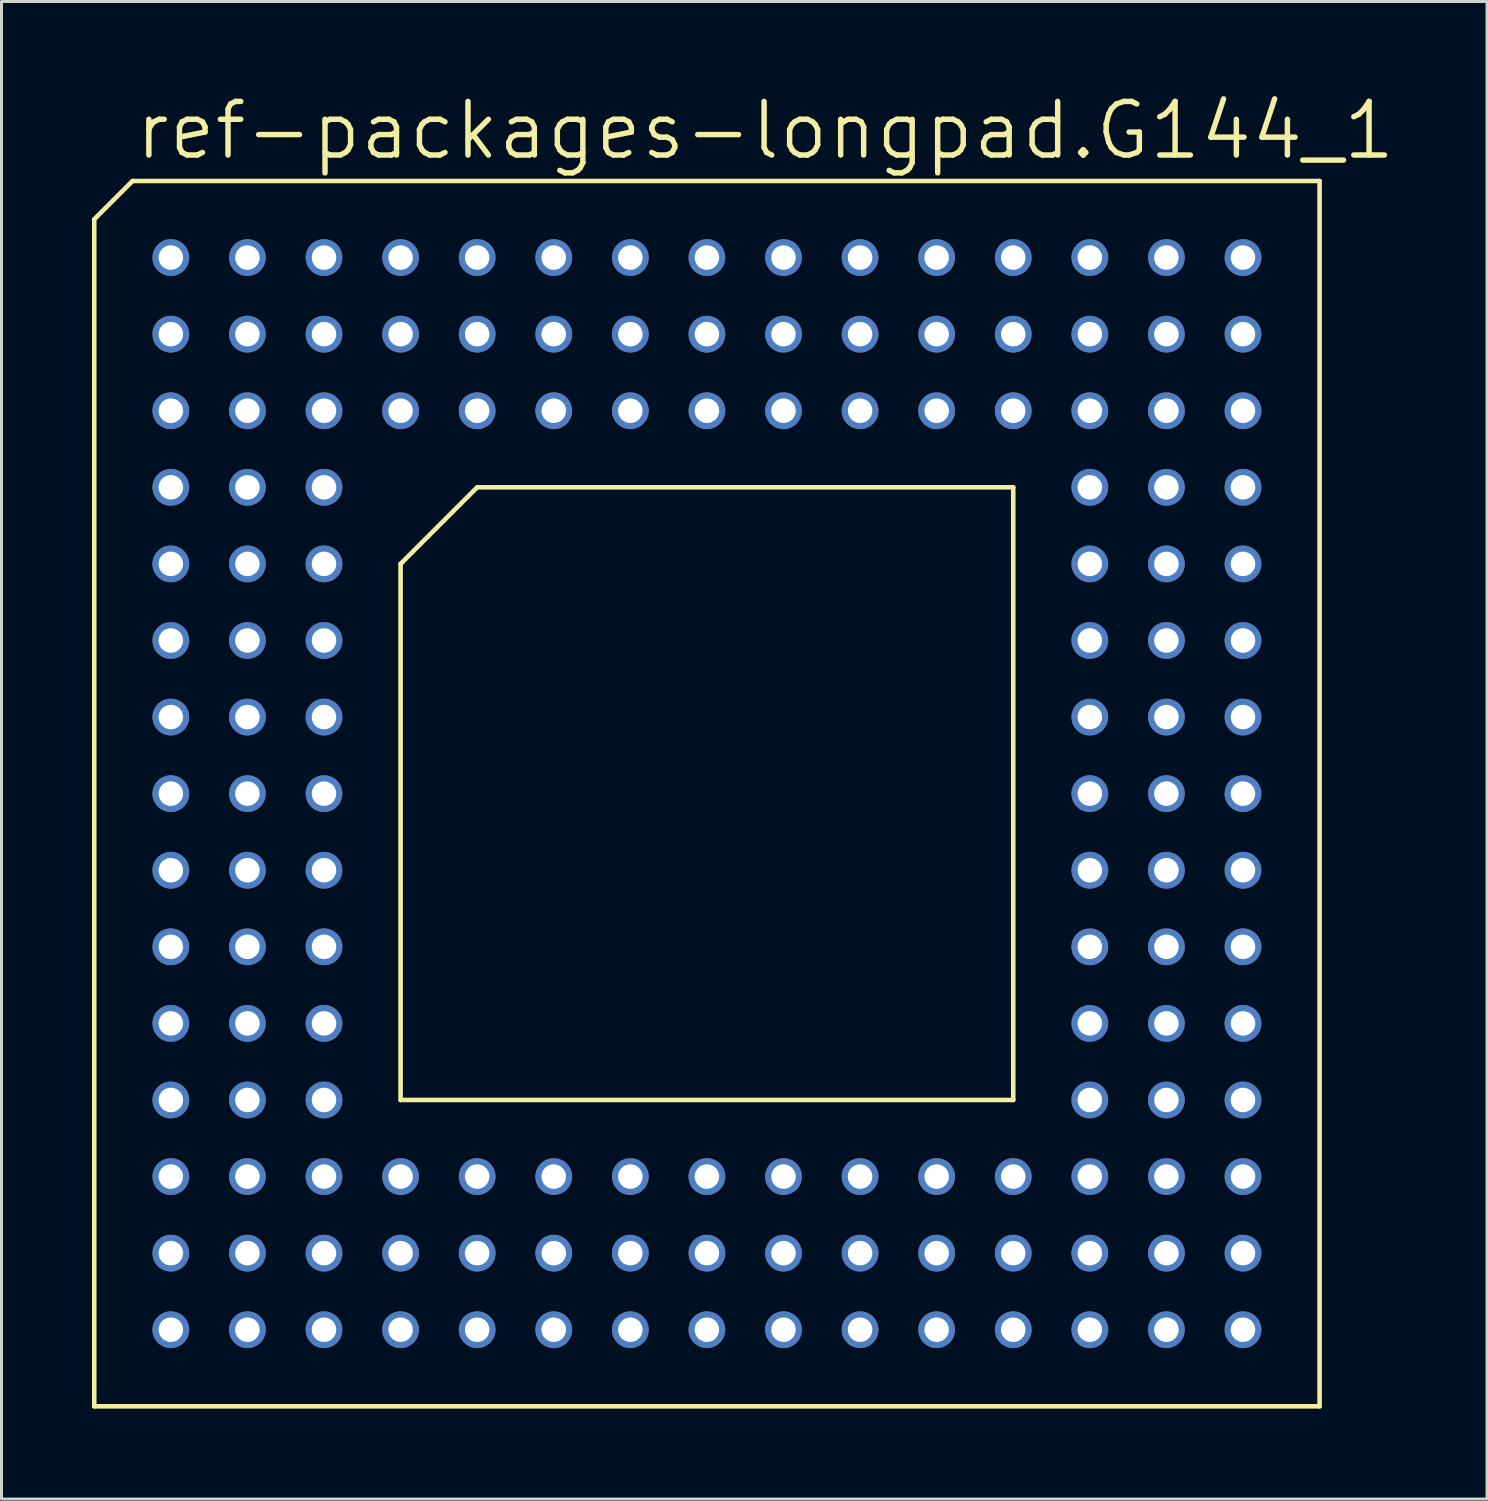
<source format=kicad_pcb>
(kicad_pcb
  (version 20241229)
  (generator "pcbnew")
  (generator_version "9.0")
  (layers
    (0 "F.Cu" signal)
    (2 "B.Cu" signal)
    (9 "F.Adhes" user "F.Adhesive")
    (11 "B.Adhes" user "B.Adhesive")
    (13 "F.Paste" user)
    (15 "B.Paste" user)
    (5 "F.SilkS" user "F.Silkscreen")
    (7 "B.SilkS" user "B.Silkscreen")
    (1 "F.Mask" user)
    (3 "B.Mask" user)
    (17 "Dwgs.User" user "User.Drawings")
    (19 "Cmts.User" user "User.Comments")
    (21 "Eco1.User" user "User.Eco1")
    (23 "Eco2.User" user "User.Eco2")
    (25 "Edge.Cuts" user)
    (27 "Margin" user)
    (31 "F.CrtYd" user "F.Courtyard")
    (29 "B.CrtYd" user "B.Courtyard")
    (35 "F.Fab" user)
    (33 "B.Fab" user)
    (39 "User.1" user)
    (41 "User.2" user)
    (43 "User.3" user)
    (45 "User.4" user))
  (footprint "ref-packages-longpad.G144_1"
    (layer "F.Cu")
    (at 20.396 23.273)
    (property "Reference" "ref-packages-longpad.G144_1" (at -19.05 -20.955 0) (layer "F.SilkS") (effects (font (size 1.778 1.778) (thickness 0.18)) (justify left bottom)))
    (attr through_hole)
    (fp_line (start -20.32 -19.05) (end -19.05 -20.32) (stroke (width 0.152) (type default)) (layer "F.SilkS"))
    (fp_line (start -20.32 20.32) (end -20.32 -19.05) (stroke (width 0.152) (type default)) (layer "F.SilkS"))
    (fp_line (start -19.05 -20.32) (end 20.32 -20.32) (stroke (width 0.152) (type default)) (layer "F.SilkS"))
    (fp_line (start -10.16 -7.62) (end -7.62 -10.16) (stroke (width 0.152) (type default)) (layer "F.SilkS"))
    (fp_line (start -10.16 10.16) (end -10.16 -7.62) (stroke (width 0.152) (type default)) (layer "F.SilkS"))
    (fp_line (start -7.62 -10.16) (end 10.16 -10.16) (stroke (width 0.152) (type default)) (layer "F.SilkS"))
    (fp_line (start 10.16 -10.16) (end 10.16 10.16) (stroke (width 0.152) (type default)) (layer "F.SilkS"))
    (fp_line (start 10.16 10.16) (end -10.16 10.16) (stroke (width 0.152) (type default)) (layer "F.SilkS"))
    (fp_line (start 20.32 -20.32) (end 20.32 20.32) (stroke (width 0.152) (type default)) (layer "F.SilkS"))
    (fp_line (start 20.32 20.32) (end -20.32 20.32) (stroke (width 0.152) (type default)) (layer "F.SilkS"))
    (pad "A1" thru_hole circle (at -17.78 -17.78) (size 1.219 1.219) (drill 0.813) (layers "*.Cu" "*.Mask"))
    (pad "A2" thru_hole circle (at -15.24 -17.78) (size 1.219 1.219) (drill 0.813) (layers "*.Cu" "*.Mask"))
    (pad "A3" thru_hole circle (at -12.7 -17.78) (size 1.219 1.219) (drill 0.813) (layers "*.Cu" "*.Mask"))
    (pad "A4" thru_hole circle (at -10.16 -17.78) (size 1.219 1.219) (drill 0.813) (layers "*.Cu" "*.Mask"))
    (pad "A5" thru_hole circle (at -7.62 -17.78) (size 1.219 1.219) (drill 0.813) (layers "*.Cu" "*.Mask"))
    (pad "A6" thru_hole circle (at -5.08 -17.78) (size 1.219 1.219) (drill 0.813) (layers "*.Cu" "*.Mask"))
    (pad "A7" thru_hole circle (at -2.54 -17.78) (size 1.219 1.219) (drill 0.813) (layers "*.Cu" "*.Mask"))
    (pad "A8" thru_hole circle (at 0 -17.78) (size 1.219 1.219) (drill 0.813) (layers "*.Cu" "*.Mask"))
    (pad "A9" thru_hole circle (at 2.54 -17.78) (size 1.219 1.219) (drill 0.813) (layers "*.Cu" "*.Mask"))
    (pad "A10" thru_hole circle (at 5.08 -17.78) (size 1.219 1.219) (drill 0.813) (layers "*.Cu" "*.Mask"))
    (pad "A11" thru_hole circle (at 7.62 -17.78) (size 1.219 1.219) (drill 0.813) (layers "*.Cu" "*.Mask"))
    (pad "A12" thru_hole circle (at 10.16 -17.78) (size 1.219 1.219) (drill 0.813) (layers "*.Cu" "*.Mask"))
    (pad "A13" thru_hole circle (at 12.7 -17.78) (size 1.219 1.219) (drill 0.813) (layers "*.Cu" "*.Mask"))
    (pad "A14" thru_hole circle (at 15.24 -17.78) (size 1.219 1.219) (drill 0.813) (layers "*.Cu" "*.Mask"))
    (pad "A15" thru_hole circle (at 17.78 -17.78) (size 1.219 1.219) (drill 0.813) (layers "*.Cu" "*.Mask"))
    (pad "B1" thru_hole circle (at -17.78 -15.24) (size 1.219 1.219) (drill 0.813) (layers "*.Cu" "*.Mask"))
    (pad "B2" thru_hole circle (at -15.24 -15.24) (size 1.219 1.219) (drill 0.813) (layers "*.Cu" "*.Mask"))
    (pad "B3" thru_hole circle (at -12.7 -15.24) (size 1.219 1.219) (drill 0.813) (layers "*.Cu" "*.Mask"))
    (pad "B4" thru_hole circle (at -10.16 -15.24) (size 1.219 1.219) (drill 0.813) (layers "*.Cu" "*.Mask"))
    (pad "B5" thru_hole circle (at -7.62 -15.24) (size 1.219 1.219) (drill 0.813) (layers "*.Cu" "*.Mask"))
    (pad "B6" thru_hole circle (at -5.08 -15.24) (size 1.219 1.219) (drill 0.813) (layers "*.Cu" "*.Mask"))
    (pad "B7" thru_hole circle (at -2.54 -15.24) (size 1.219 1.219) (drill 0.813) (layers "*.Cu" "*.Mask"))
    (pad "B8" thru_hole circle (at 0 -15.24) (size 1.219 1.219) (drill 0.813) (layers "*.Cu" "*.Mask"))
    (pad "B9" thru_hole circle (at 2.54 -15.24) (size 1.219 1.219) (drill 0.813) (layers "*.Cu" "*.Mask"))
    (pad "B10" thru_hole circle (at 5.08 -15.24) (size 1.219 1.219) (drill 0.813) (layers "*.Cu" "*.Mask"))
    (pad "B11" thru_hole circle (at 7.62 -15.24) (size 1.219 1.219) (drill 0.813) (layers "*.Cu" "*.Mask"))
    (pad "B12" thru_hole circle (at 10.16 -15.24) (size 1.219 1.219) (drill 0.813) (layers "*.Cu" "*.Mask"))
    (pad "B13" thru_hole circle (at 12.7 -15.24) (size 1.219 1.219) (drill 0.813) (layers "*.Cu" "*.Mask"))
    (pad "B14" thru_hole circle (at 15.24 -15.24) (size 1.219 1.219) (drill 0.813) (layers "*.Cu" "*.Mask"))
    (pad "B15" thru_hole circle (at 17.78 -15.24) (size 1.219 1.219) (drill 0.813) (layers "*.Cu" "*.Mask"))
    (pad "C1" thru_hole circle (at -17.78 -12.7) (size 1.219 1.219) (drill 0.813) (layers "*.Cu" "*.Mask"))
    (pad "C2" thru_hole circle (at -15.24 -12.7) (size 1.219 1.219) (drill 0.813) (layers "*.Cu" "*.Mask"))
    (pad "C3" thru_hole circle (at -12.7 -12.7) (size 1.219 1.219) (drill 0.813) (layers "*.Cu" "*.Mask"))
    (pad "C4" thru_hole circle (at -10.16 -12.7) (size 1.219 1.219) (drill 0.813) (layers "*.Cu" "*.Mask"))
    (pad "C5" thru_hole circle (at -7.62 -12.7) (size 1.219 1.219) (drill 0.813) (layers "*.Cu" "*.Mask"))
    (pad "C6" thru_hole circle (at -5.08 -12.7) (size 1.219 1.219) (drill 0.813) (layers "*.Cu" "*.Mask"))
    (pad "C7" thru_hole circle (at -2.54 -12.7) (size 1.219 1.219) (drill 0.813) (layers "*.Cu" "*.Mask"))
    (pad "C8" thru_hole circle (at 0 -12.7) (size 1.219 1.219) (drill 0.813) (layers "*.Cu" "*.Mask"))
    (pad "C9" thru_hole circle (at 2.54 -12.7) (size 1.219 1.219) (drill 0.813) (layers "*.Cu" "*.Mask"))
    (pad "C10" thru_hole circle (at 5.08 -12.7) (size 1.219 1.219) (drill 0.813) (layers "*.Cu" "*.Mask"))
    (pad "C11" thru_hole circle (at 7.62 -12.7) (size 1.219 1.219) (drill 0.813) (layers "*.Cu" "*.Mask"))
    (pad "C12" thru_hole circle (at 10.16 -12.7) (size 1.219 1.219) (drill 0.813) (layers "*.Cu" "*.Mask"))
    (pad "C13" thru_hole circle (at 12.7 -12.7) (size 1.219 1.219) (drill 0.813) (layers "*.Cu" "*.Mask"))
    (pad "C14" thru_hole circle (at 15.24 -12.7) (size 1.219 1.219) (drill 0.813) (layers "*.Cu" "*.Mask"))
    (pad "C15" thru_hole circle (at 17.78 -12.7) (size 1.219 1.219) (drill 0.813) (layers "*.Cu" "*.Mask"))
    (pad "D1" thru_hole circle (at -17.78 -10.16) (size 1.219 1.219) (drill 0.813) (layers "*.Cu" "*.Mask"))
    (pad "D2" thru_hole circle (at -15.24 -10.16) (size 1.219 1.219) (drill 0.813) (layers "*.Cu" "*.Mask"))
    (pad "D3" thru_hole circle (at -12.7 -10.16) (size 1.219 1.219) (drill 0.813) (layers "*.Cu" "*.Mask"))
    (pad "D13" thru_hole circle (at 12.7 -10.16) (size 1.219 1.219) (drill 0.813) (layers "*.Cu" "*.Mask"))
    (pad "D14" thru_hole circle (at 15.24 -10.16) (size 1.219 1.219) (drill 0.813) (layers "*.Cu" "*.Mask"))
    (pad "D15" thru_hole circle (at 17.78 -10.16) (size 1.219 1.219) (drill 0.813) (layers "*.Cu" "*.Mask"))
    (pad "E1" thru_hole circle (at -17.78 -7.62) (size 1.219 1.219) (drill 0.813) (layers "*.Cu" "*.Mask"))
    (pad "E2" thru_hole circle (at -15.24 -7.62) (size 1.219 1.219) (drill 0.813) (layers "*.Cu" "*.Mask"))
    (pad "E3" thru_hole circle (at -12.7 -7.62) (size 1.219 1.219) (drill 0.813) (layers "*.Cu" "*.Mask"))
    (pad "E13" thru_hole circle (at 12.7 -7.62) (size 1.219 1.219) (drill 0.813) (layers "*.Cu" "*.Mask"))
    (pad "E14" thru_hole circle (at 15.24 -7.62) (size 1.219 1.219) (drill 0.813) (layers "*.Cu" "*.Mask"))
    (pad "E15" thru_hole circle (at 17.78 -7.62) (size 1.219 1.219) (drill 0.813) (layers "*.Cu" "*.Mask"))
    (pad "F1" thru_hole circle (at -17.78 -5.08) (size 1.219 1.219) (drill 0.813) (layers "*.Cu" "*.Mask"))
    (pad "F2" thru_hole circle (at -15.24 -5.08) (size 1.219 1.219) (drill 0.813) (layers "*.Cu" "*.Mask"))
    (pad "F3" thru_hole circle (at -12.7 -5.08) (size 1.219 1.219) (drill 0.813) (layers "*.Cu" "*.Mask"))
    (pad "F13" thru_hole circle (at 12.7 -5.08) (size 1.219 1.219) (drill 0.813) (layers "*.Cu" "*.Mask"))
    (pad "F14" thru_hole circle (at 15.24 -5.08) (size 1.219 1.219) (drill 0.813) (layers "*.Cu" "*.Mask"))
    (pad "F15" thru_hole circle (at 17.78 -5.08) (size 1.219 1.219) (drill 0.813) (layers "*.Cu" "*.Mask"))
    (pad "G1" thru_hole circle (at -17.78 -2.54) (size 1.219 1.219) (drill 0.813) (layers "*.Cu" "*.Mask"))
    (pad "G2" thru_hole circle (at -15.24 -2.54) (size 1.219 1.219) (drill 0.813) (layers "*.Cu" "*.Mask"))
    (pad "G3" thru_hole circle (at -12.7 -2.54) (size 1.219 1.219) (drill 0.813) (layers "*.Cu" "*.Mask"))
    (pad "G13" thru_hole circle (at 12.7 -2.54) (size 1.219 1.219) (drill 0.813) (layers "*.Cu" "*.Mask"))
    (pad "G14" thru_hole circle (at 15.24 -2.54) (size 1.219 1.219) (drill 0.813) (layers "*.Cu" "*.Mask"))
    (pad "G15" thru_hole circle (at 17.78 -2.54) (size 1.219 1.219) (drill 0.813) (layers "*.Cu" "*.Mask"))
    (pad "H1" thru_hole circle (at -17.78 0) (size 1.219 1.219) (drill 0.813) (layers "*.Cu" "*.Mask"))
    (pad "H2" thru_hole circle (at -15.24 0) (size 1.219 1.219) (drill 0.813) (layers "*.Cu" "*.Mask"))
    (pad "H3" thru_hole circle (at -12.7 0) (size 1.219 1.219) (drill 0.813) (layers "*.Cu" "*.Mask"))
    (pad "H13" thru_hole circle (at 12.7 0) (size 1.219 1.219) (drill 0.813) (layers "*.Cu" "*.Mask"))
    (pad "H14" thru_hole circle (at 15.24 0) (size 1.219 1.219) (drill 0.813) (layers "*.Cu" "*.Mask"))
    (pad "H15" thru_hole circle (at 17.78 0) (size 1.219 1.219) (drill 0.813) (layers "*.Cu" "*.Mask"))
    (pad "J1" thru_hole circle (at -17.78 2.54) (size 1.219 1.219) (drill 0.813) (layers "*.Cu" "*.Mask"))
    (pad "J2" thru_hole circle (at -15.24 2.54) (size 1.219 1.219) (drill 0.813) (layers "*.Cu" "*.Mask"))
    (pad "J3" thru_hole circle (at -12.7 2.54) (size 1.219 1.219) (drill 0.813) (layers "*.Cu" "*.Mask"))
    (pad "J13" thru_hole circle (at 12.7 2.54) (size 1.219 1.219) (drill 0.813) (layers "*.Cu" "*.Mask"))
    (pad "J14" thru_hole circle (at 15.24 2.54) (size 1.219 1.219) (drill 0.813) (layers "*.Cu" "*.Mask"))
    (pad "J15" thru_hole circle (at 17.78 2.54) (size 1.219 1.219) (drill 0.813) (layers "*.Cu" "*.Mask"))
    (pad "K1" thru_hole circle (at -17.78 5.08) (size 1.219 1.219) (drill 0.813) (layers "*.Cu" "*.Mask"))
    (pad "K2" thru_hole circle (at -15.24 5.08) (size 1.219 1.219) (drill 0.813) (layers "*.Cu" "*.Mask"))
    (pad "K3" thru_hole circle (at -12.7 5.08) (size 1.219 1.219) (drill 0.813) (layers "*.Cu" "*.Mask"))
    (pad "K13" thru_hole circle (at 12.7 5.08) (size 1.219 1.219) (drill 0.813) (layers "*.Cu" "*.Mask"))
    (pad "K14" thru_hole circle (at 15.24 5.08) (size 1.219 1.219) (drill 0.813) (layers "*.Cu" "*.Mask"))
    (pad "K15" thru_hole circle (at 17.78 5.08) (size 1.219 1.219) (drill 0.813) (layers "*.Cu" "*.Mask"))
    (pad "L1" thru_hole circle (at -17.78 7.62) (size 1.219 1.219) (drill 0.813) (layers "*.Cu" "*.Mask"))
    (pad "L2" thru_hole circle (at -15.24 7.62) (size 1.219 1.219) (drill 0.813) (layers "*.Cu" "*.Mask"))
    (pad "L3" thru_hole circle (at -12.7 7.62) (size 1.219 1.219) (drill 0.813) (layers "*.Cu" "*.Mask"))
    (pad "L13" thru_hole circle (at 12.7 7.62) (size 1.219 1.219) (drill 0.813) (layers "*.Cu" "*.Mask"))
    (pad "L14" thru_hole circle (at 15.24 7.62) (size 1.219 1.219) (drill 0.813) (layers "*.Cu" "*.Mask"))
    (pad "L15" thru_hole circle (at 17.78 7.62) (size 1.219 1.219) (drill 0.813) (layers "*.Cu" "*.Mask"))
    (pad "M1" thru_hole circle (at -17.78 10.16) (size 1.219 1.219) (drill 0.813) (layers "*.Cu" "*.Mask"))
    (pad "M2" thru_hole circle (at -15.24 10.16) (size 1.219 1.219) (drill 0.813) (layers "*.Cu" "*.Mask"))
    (pad "M3" thru_hole circle (at -12.7 10.16) (size 1.219 1.219) (drill 0.813) (layers "*.Cu" "*.Mask"))
    (pad "M13" thru_hole circle (at 12.7 10.16) (size 1.219 1.219) (drill 0.813) (layers "*.Cu" "*.Mask"))
    (pad "M14" thru_hole circle (at 15.24 10.16) (size 1.219 1.219) (drill 0.813) (layers "*.Cu" "*.Mask"))
    (pad "M15" thru_hole circle (at 17.78 10.16) (size 1.219 1.219) (drill 0.813) (layers "*.Cu" "*.Mask"))
    (pad "N1" thru_hole circle (at -17.78 12.7) (size 1.219 1.219) (drill 0.813) (layers "*.Cu" "*.Mask"))
    (pad "N2" thru_hole circle (at -15.24 12.7) (size 1.219 1.219) (drill 0.813) (layers "*.Cu" "*.Mask"))
    (pad "N3" thru_hole circle (at -12.7 12.7) (size 1.219 1.219) (drill 0.813) (layers "*.Cu" "*.Mask"))
    (pad "N4" thru_hole circle (at -10.16 12.7) (size 1.219 1.219) (drill 0.813) (layers "*.Cu" "*.Mask"))
    (pad "N5" thru_hole circle (at -7.62 12.7) (size 1.219 1.219) (drill 0.813) (layers "*.Cu" "*.Mask"))
    (pad "N6" thru_hole circle (at -5.08 12.7) (size 1.219 1.219) (drill 0.813) (layers "*.Cu" "*.Mask"))
    (pad "N7" thru_hole circle (at -2.54 12.7) (size 1.219 1.219) (drill 0.813) (layers "*.Cu" "*.Mask"))
    (pad "N8" thru_hole circle (at 0 12.7) (size 1.219 1.219) (drill 0.813) (layers "*.Cu" "*.Mask"))
    (pad "N9" thru_hole circle (at 2.54 12.7) (size 1.219 1.219) (drill 0.813) (layers "*.Cu" "*.Mask"))
    (pad "N10" thru_hole circle (at 5.08 12.7) (size 1.219 1.219) (drill 0.813) (layers "*.Cu" "*.Mask"))
    (pad "N11" thru_hole circle (at 7.62 12.7) (size 1.219 1.219) (drill 0.813) (layers "*.Cu" "*.Mask"))
    (pad "N12" thru_hole circle (at 10.16 12.7) (size 1.219 1.219) (drill 0.813) (layers "*.Cu" "*.Mask"))
    (pad "N13" thru_hole circle (at 12.7 12.7) (size 1.219 1.219) (drill 0.813) (layers "*.Cu" "*.Mask"))
    (pad "N14" thru_hole circle (at 15.24 12.7) (size 1.219 1.219) (drill 0.813) (layers "*.Cu" "*.Mask"))
    (pad "N15" thru_hole circle (at 17.78 12.7) (size 1.219 1.219) (drill 0.813) (layers "*.Cu" "*.Mask"))
    (pad "P1" thru_hole circle (at -17.78 15.24) (size 1.219 1.219) (drill 0.813) (layers "*.Cu" "*.Mask"))
    (pad "P2" thru_hole circle (at -15.24 15.24) (size 1.219 1.219) (drill 0.813) (layers "*.Cu" "*.Mask"))
    (pad "P3" thru_hole circle (at -12.7 15.24) (size 1.219 1.219) (drill 0.813) (layers "*.Cu" "*.Mask"))
    (pad "P4" thru_hole circle (at -10.16 15.24) (size 1.219 1.219) (drill 0.813) (layers "*.Cu" "*.Mask"))
    (pad "P5" thru_hole circle (at -7.62 15.24) (size 1.219 1.219) (drill 0.813) (layers "*.Cu" "*.Mask"))
    (pad "P6" thru_hole circle (at -5.08 15.24) (size 1.219 1.219) (drill 0.813) (layers "*.Cu" "*.Mask"))
    (pad "P7" thru_hole circle (at -2.54 15.24) (size 1.219 1.219) (drill 0.813) (layers "*.Cu" "*.Mask"))
    (pad "P8" thru_hole circle (at 0 15.24) (size 1.219 1.219) (drill 0.813) (layers "*.Cu" "*.Mask"))
    (pad "P9" thru_hole circle (at 2.54 15.24) (size 1.219 1.219) (drill 0.813) (layers "*.Cu" "*.Mask"))
    (pad "P10" thru_hole circle (at 5.08 15.24) (size 1.219 1.219) (drill 0.813) (layers "*.Cu" "*.Mask"))
    (pad "P11" thru_hole circle (at 7.62 15.24) (size 1.219 1.219) (drill 0.813) (layers "*.Cu" "*.Mask"))
    (pad "P12" thru_hole circle (at 10.16 15.24) (size 1.219 1.219) (drill 0.813) (layers "*.Cu" "*.Mask"))
    (pad "P13" thru_hole circle (at 12.7 15.24) (size 1.219 1.219) (drill 0.813) (layers "*.Cu" "*.Mask"))
    (pad "P14" thru_hole circle (at 15.24 15.24) (size 1.219 1.219) (drill 0.813) (layers "*.Cu" "*.Mask"))
    (pad "P15" thru_hole circle (at 17.78 15.24) (size 1.219 1.219) (drill 0.813) (layers "*.Cu" "*.Mask"))
    (pad "R1" thru_hole circle (at -17.78 17.78) (size 1.219 1.219) (drill 0.813) (layers "*.Cu" "*.Mask"))
    (pad "R2" thru_hole circle (at -15.24 17.78) (size 1.219 1.219) (drill 0.813) (layers "*.Cu" "*.Mask"))
    (pad "R3" thru_hole circle (at -12.7 17.78) (size 1.219 1.219) (drill 0.813) (layers "*.Cu" "*.Mask"))
    (pad "R4" thru_hole circle (at -10.16 17.78) (size 1.219 1.219) (drill 0.813) (layers "*.Cu" "*.Mask"))
    (pad "R5" thru_hole circle (at -7.62 17.78) (size 1.219 1.219) (drill 0.813) (layers "*.Cu" "*.Mask"))
    (pad "R6" thru_hole circle (at -5.08 17.78) (size 1.219 1.219) (drill 0.813) (layers "*.Cu" "*.Mask"))
    (pad "R7" thru_hole circle (at -2.54 17.78) (size 1.219 1.219) (drill 0.813) (layers "*.Cu" "*.Mask"))
    (pad "R8" thru_hole circle (at 0 17.78) (size 1.219 1.219) (drill 0.813) (layers "*.Cu" "*.Mask"))
    (pad "R9" thru_hole circle (at 2.54 17.78) (size 1.219 1.219) (drill 0.813) (layers "*.Cu" "*.Mask"))
    (pad "R10" thru_hole circle (at 5.08 17.78) (size 1.219 1.219) (drill 0.813) (layers "*.Cu" "*.Mask"))
    (pad "R11" thru_hole circle (at 7.62 17.78) (size 1.219 1.219) (drill 0.813) (layers "*.Cu" "*.Mask"))
    (pad "R12" thru_hole circle (at 10.16 17.78) (size 1.219 1.219) (drill 0.813) (layers "*.Cu" "*.Mask"))
    (pad "R13" thru_hole circle (at 12.7 17.78) (size 1.219 1.219) (drill 0.813) (layers "*.Cu" "*.Mask"))
    (pad "R14" thru_hole circle (at 15.24 17.78) (size 1.219 1.219) (drill 0.813) (layers "*.Cu" "*.Mask"))
    (pad "R15" thru_hole circle (at 17.78 17.78) (size 1.219 1.219) (drill 0.813) (layers "*.Cu" "*.Mask")))
  (gr_rect
    (start -3 -3)
    (end 46.271 46.669)
    (stroke (width 0.1) (type default))
    (fill no)
    (layer "Edge.Cuts")))
</source>
